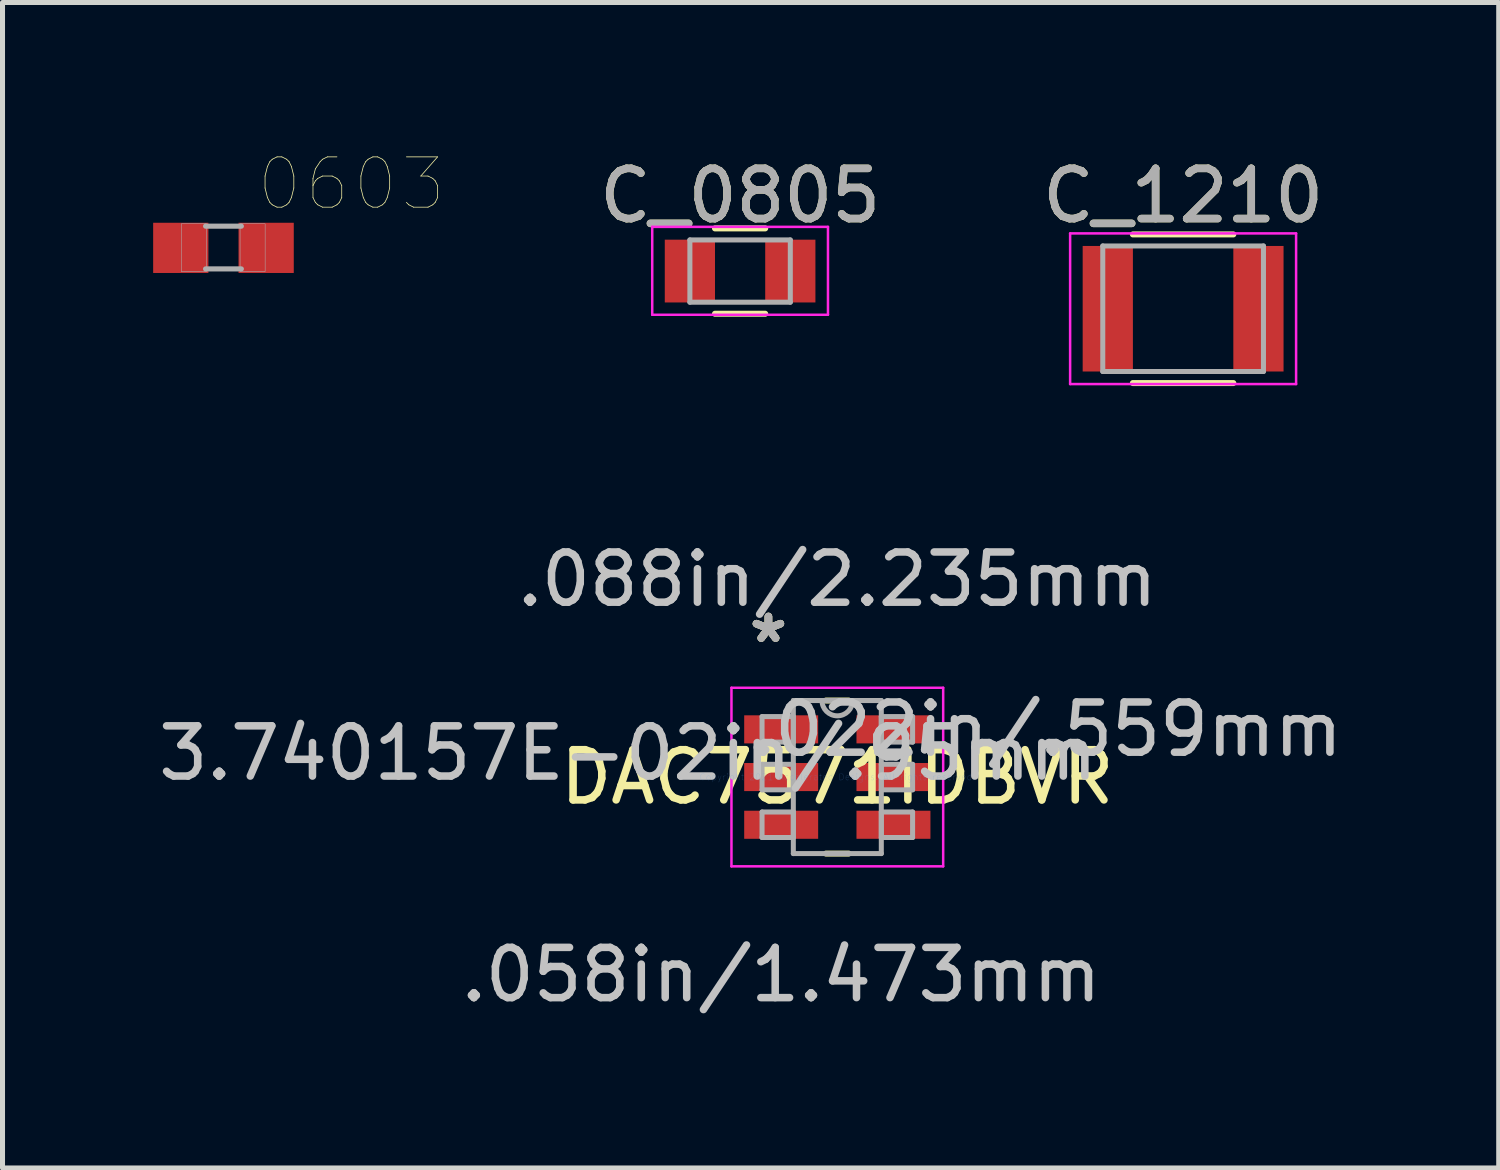
<source format=kicad_pcb>
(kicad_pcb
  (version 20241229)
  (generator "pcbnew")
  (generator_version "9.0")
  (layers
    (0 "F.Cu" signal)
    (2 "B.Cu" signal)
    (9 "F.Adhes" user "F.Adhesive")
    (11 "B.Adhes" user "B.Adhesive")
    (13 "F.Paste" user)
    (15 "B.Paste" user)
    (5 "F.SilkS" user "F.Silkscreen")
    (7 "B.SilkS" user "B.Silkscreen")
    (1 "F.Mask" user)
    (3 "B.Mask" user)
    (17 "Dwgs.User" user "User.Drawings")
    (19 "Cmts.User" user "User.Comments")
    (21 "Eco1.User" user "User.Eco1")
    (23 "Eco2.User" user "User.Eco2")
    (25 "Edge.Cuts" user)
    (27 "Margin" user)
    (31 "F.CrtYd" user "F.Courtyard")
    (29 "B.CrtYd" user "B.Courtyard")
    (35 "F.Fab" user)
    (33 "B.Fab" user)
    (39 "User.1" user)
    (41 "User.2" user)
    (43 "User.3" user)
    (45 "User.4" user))
  (footprint "C_0805"
    (placed yes)
    (layer "F.Cu")
    (at 11.688 2.348)
    (property "Reference" "C_0805" (at 0 -1.5 0) (layer "F.SilkS") (effects (font (size 1 1) (thickness 0.15))))
    (attr smd)
    (fp_line (start -0.5 0.85) (end 0.5 0.85) (stroke (width 0.12) (type solid)) (layer "F.SilkS"))
    (fp_line (start 0.5 -0.85) (end -0.5 -0.85) (stroke (width 0.12) (type solid)) (layer "F.SilkS"))
    (fp_line (start -1.75 -0.88) (end -1.75 0.87) (stroke (width 0.05) (type solid)) (layer "F.CrtYd"))
    (fp_line (start -1.75 -0.88) (end 1.75 -0.88) (stroke (width 0.05) (type solid)) (layer "F.CrtYd"))
    (fp_line (start 1.75 0.87) (end -1.75 0.87) (stroke (width 0.05) (type solid)) (layer "F.CrtYd"))
    (fp_line (start 1.75 0.87) (end 1.75 -0.88) (stroke (width 0.05) (type solid)) (layer "F.CrtYd"))
    (fp_line (start -1 -0.62) (end 1 -0.62) (stroke (width 0.1) (type solid)) (layer "F.Fab"))
    (fp_line (start -1 0.62) (end -1 -0.62) (stroke (width 0.1) (type solid)) (layer "F.Fab"))
    (fp_line (start 1 -0.62) (end 1 0.62) (stroke (width 0.1) (type solid)) (layer "F.Fab"))
    (fp_line (start 1 0.62) (end -1 0.62) (stroke (width 0.1) (type solid)) (layer "F.Fab"))
    (fp_text user "${REFERENCE}" (at 0 -1.5 0) (layer "F.Fab") (effects (font (size 1 1) (thickness 0.15))))
    (pad "1" smd rect (at -1 0) (size 1 1.25) (layers "F.Cu" "F.Mask" "F.Paste"))
    (pad "2" smd rect (at 1 0) (size 1 1.25) (layers "F.Cu" "F.Mask" "F.Paste")))
  (footprint "0603"
    (layer "F.Cu")
    (at 1.4 1.886)
    (property "Reference" "0603" (at 2.546 -1.273 0) (layer "F.SilkS") (effects (font (size 1.002 1.002) (thickness 0.015))))
    (attr through_hole)
    (fp_line (start -0.356 -0.432) (end 0.356 -0.432) (stroke (width 0.102) (type solid)) (layer "F.Fab"))
    (fp_line (start -0.356 0.419) (end 0.356 0.419) (stroke (width 0.102) (type solid)) (layer "F.Fab"))
    (fp_poly (pts (xy -0.84 -0.48) (xy -0.338 -0.48) (xy -0.338 0.471) (xy -0.84 0.471)) (stroke (width 0.01) (type solid)) (fill no) (layer "F.Fab"))
    (fp_poly (pts (xy 0.331 -0.48) (xy 0.83 -0.48) (xy 0.83 0.471) (xy 0.331 0.471)) (stroke (width 0.01) (type solid)) (fill no) (layer "F.Fab"))
    (pad "1" smd rect (at -0.85 0) (size 1.1 1) (layers "F.Cu" "F.Mask" "F.Paste"))
    (pad "2" smd rect (at 0.85 0) (size 1.1 1) (layers "F.Cu" "F.Mask" "F.Paste")))
  (footprint "C_1210"
    (placed yes)
    (layer "F.Cu")
    (at 20.51 3.098)
    (property "Reference" "C_1210" (at 0 -2.25 0) (layer "F.SilkS") (effects (font (size 1 1) (thickness 0.15))))
    (attr smd)
    (fp_line (start -1 1.48) (end 1 1.48) (stroke (width 0.12) (type solid)) (layer "F.SilkS"))
    (fp_line (start 1 -1.48) (end -1 -1.48) (stroke (width 0.12) (type solid)) (layer "F.SilkS"))
    (fp_line (start -2.25 -1.5) (end -2.25 1.5) (stroke (width 0.05) (type solid)) (layer "F.CrtYd"))
    (fp_line (start -2.25 -1.5) (end 2.25 -1.5) (stroke (width 0.05) (type solid)) (layer "F.CrtYd"))
    (fp_line (start 2.25 1.5) (end -2.25 1.5) (stroke (width 0.05) (type solid)) (layer "F.CrtYd"))
    (fp_line (start 2.25 1.5) (end 2.25 -1.5) (stroke (width 0.05) (type solid)) (layer "F.CrtYd"))
    (fp_line (start -1.6 -1.25) (end 1.6 -1.25) (stroke (width 0.1) (type solid)) (layer "F.Fab"))
    (fp_line (start -1.6 1.25) (end -1.6 -1.25) (stroke (width 0.1) (type solid)) (layer "F.Fab"))
    (fp_line (start 1.6 -1.25) (end 1.6 1.25) (stroke (width 0.1) (type solid)) (layer "F.Fab"))
    (fp_line (start 1.6 1.25) (end -1.6 1.25) (stroke (width 0.1) (type solid)) (layer "F.Fab"))
    (fp_text user "${REFERENCE}" (at 0 -2.25 0) (layer "F.Fab") (effects (font (size 1 1) (thickness 0.15))))
    (pad "1" smd rect (at -1.5 0) (size 1 2.5) (layers "F.Cu" "F.Mask" "F.Paste"))
    (pad "2" smd rect (at 1.5 0) (size 1 2.5) (layers "F.Cu" "F.Mask" "F.Paste")))
  (footprint "DAC7571IDBVR"
    (layer "F.Cu")
    (at 13.624 12.424)
    (property "Reference" "DAC7571IDBVR" (at 0 0 0) (layer "F.SilkS") (effects (font (size 1 1) (thickness 0.15))))
    (attr through_hole)
    (fp_line (start -0.226 1.524) (end 0.226 1.524) (stroke (width 0.12) (type solid)) (layer "F.SilkS"))
    (fp_line (start 0.226 -1.524) (end -0.226 -1.524) (stroke (width 0.12) (type solid)) (layer "F.SilkS"))
    (fp_line (start -2.108 -1.778) (end 2.108 -1.778) (stroke (width 0.05) (type solid)) (layer "F.CrtYd"))
    (fp_line (start -2.108 1.778) (end -2.108 -1.778) (stroke (width 0.05) (type solid)) (layer "F.CrtYd"))
    (fp_line (start 2.108 -1.778) (end 2.108 1.778) (stroke (width 0.05) (type solid)) (layer "F.CrtYd"))
    (fp_line (start 2.108 1.778) (end -2.108 1.778) (stroke (width 0.05) (type solid)) (layer "F.CrtYd"))
    (fp_line (start -1.499 -1.204) (end -1.499 -0.696) (stroke (width 0.1) (type solid)) (layer "F.Fab"))
    (fp_line (start -1.499 -0.696) (end -0.876 -0.696) (stroke (width 0.1) (type solid)) (layer "F.Fab"))
    (fp_line (start -1.499 -0.254) (end -1.499 0.254) (stroke (width 0.1) (type solid)) (layer "F.Fab"))
    (fp_line (start -1.499 0.254) (end -0.876 0.254) (stroke (width 0.1) (type solid)) (layer "F.Fab"))
    (fp_line (start -1.499 0.696) (end -1.499 1.204) (stroke (width 0.1) (type solid)) (layer "F.Fab"))
    (fp_line (start -1.499 1.204) (end -0.876 1.204) (stroke (width 0.1) (type solid)) (layer "F.Fab"))
    (fp_line (start -0.876 -1.524) (end -0.876 1.524) (stroke (width 0.1) (type solid)) (layer "F.Fab"))
    (fp_line (start -0.876 -1.204) (end -1.499 -1.204) (stroke (width 0.1) (type solid)) (layer "F.Fab"))
    (fp_line (start -0.876 -0.696) (end -0.876 -1.204) (stroke (width 0.1) (type solid)) (layer "F.Fab"))
    (fp_line (start -0.876 -0.254) (end -1.499 -0.254) (stroke (width 0.1) (type solid)) (layer "F.Fab"))
    (fp_line (start -0.876 0.254) (end -0.876 -0.254) (stroke (width 0.1) (type solid)) (layer "F.Fab"))
    (fp_line (start -0.876 0.696) (end -1.499 0.696) (stroke (width 0.1) (type solid)) (layer "F.Fab"))
    (fp_line (start -0.876 1.204) (end -0.876 0.696) (stroke (width 0.1) (type solid)) (layer "F.Fab"))
    (fp_line (start -0.876 1.524) (end 0.876 1.524) (stroke (width 0.1) (type solid)) (layer "F.Fab"))
    (fp_line (start 0.876 -1.524) (end -0.876 -1.524) (stroke (width 0.1) (type solid)) (layer "F.Fab"))
    (fp_line (start 0.876 -1.204) (end 0.876 -0.696) (stroke (width 0.1) (type solid)) (layer "F.Fab"))
    (fp_line (start 0.876 -0.696) (end 1.499 -0.696) (stroke (width 0.1) (type solid)) (layer "F.Fab"))
    (fp_line (start 0.876 -0.254) (end 0.876 0.254) (stroke (width 0.1) (type solid)) (layer "F.Fab"))
    (fp_line (start 0.876 0.254) (end 1.499 0.254) (stroke (width 0.1) (type solid)) (layer "F.Fab"))
    (fp_line (start 0.876 0.696) (end 0.876 1.204) (stroke (width 0.1) (type solid)) (layer "F.Fab"))
    (fp_line (start 0.876 1.204) (end 1.499 1.204) (stroke (width 0.1) (type solid)) (layer "F.Fab"))
    (fp_line (start 0.876 1.524) (end 0.876 -1.524) (stroke (width 0.1) (type solid)) (layer "F.Fab"))
    (fp_line (start 1.499 -1.204) (end 0.876 -1.204) (stroke (width 0.1) (type solid)) (layer "F.Fab"))
    (fp_line (start 1.499 -0.696) (end 1.499 -1.204) (stroke (width 0.1) (type solid)) (layer "F.Fab"))
    (fp_line (start 1.499 -0.254) (end 0.876 -0.254) (stroke (width 0.1) (type solid)) (layer "F.Fab"))
    (fp_line (start 1.499 0.254) (end 1.499 -0.254) (stroke (width 0.1) (type solid)) (layer "F.Fab"))
    (fp_line (start 1.499 0.696) (end 0.876 0.696) (stroke (width 0.1) (type solid)) (layer "F.Fab"))
    (fp_line (start 1.499 1.204) (end 1.499 0.696) (stroke (width 0.1) (type solid)) (layer "F.Fab"))
    (fp_arc (start 0.3048 -1.524) (mid 0 -1.2192) (end -0.3048 -1.524) (stroke (width 0.1) (type solid)) (layer "F.Fab"))
    (fp_text user "*" (at -1.372 -2.652 0) (layer "F.SilkS") (effects (font (size 1 1) (thickness 0.15))))
    (fp_text user "*" (at -1.372 -2.652 0) (layer "F.SilkS") (effects (font (size 1 1) (thickness 0.15))))
    (fp_text user ".088in/2.235mm" (at 0 -3.937 0) (layer "Dwgs.User") (effects (font (size 1 1) (thickness 0.15))))
    (fp_text user ".058in/1.473mm" (at -1.118 3.937 0) (layer "Dwgs.User") (effects (font (size 1 1) (thickness 0.15))))
    (fp_text user "3.740157E-02in/.95mm" (at -4.166 -0.475 0) (layer "Dwgs.User") (effects (font (size 1 1) (thickness 0.15))))
    (fp_text user ".022in/.559mm" (at 4.166 -0.95 0) (layer "Dwgs.User") (effects (font (size 1 1) (thickness 0.15))))
    (fp_text user "Copyright 2021 Accelerated Designs. All rights reserved." (at 0 0 0) (layer "Cmts.User") (effects (font (size 0.127 0.127) (thickness 0.002))))
    (fp_text user "*" (at -1.372 -2.652 0) (layer "F.Fab") (effects (font (size 1 1) (thickness 0.15))))
    (fp_text user "*" (at -1.372 -2.652 0) (layer "F.Fab") (effects (font (size 1 1) (thickness 0.15))))
    (pad "1" smd rect (at -1.118 -0.95) (size 1.473 0.559) (layers "F.Cu" "F.Mask" "F.Paste"))
    (pad "2" smd rect (at -1.118 0) (size 1.473 0.559) (layers "F.Cu" "F.Mask" "F.Paste"))
    (pad "3" smd rect (at -1.118 0.95) (size 1.473 0.559) (layers "F.Cu" "F.Mask" "F.Paste"))
    (pad "4" smd rect (at 1.118 0.95) (size 1.473 0.559) (layers "F.Cu" "F.Mask" "F.Paste"))
    (pad "5" smd rect (at 1.118 0) (size 1.473 0.559) (layers "F.Cu" "F.Mask" "F.Paste"))
    (pad "6" smd rect (at 1.118 -0.95) (size 1.473 0.559) (layers "F.Cu" "F.Mask" "F.Paste")))
  (gr_rect
    (start -3 -3)
    (end 26.795 20.209)
    (stroke (width 0.1) (type default))
    (fill no)
    (layer "Edge.Cuts")))
</source>
